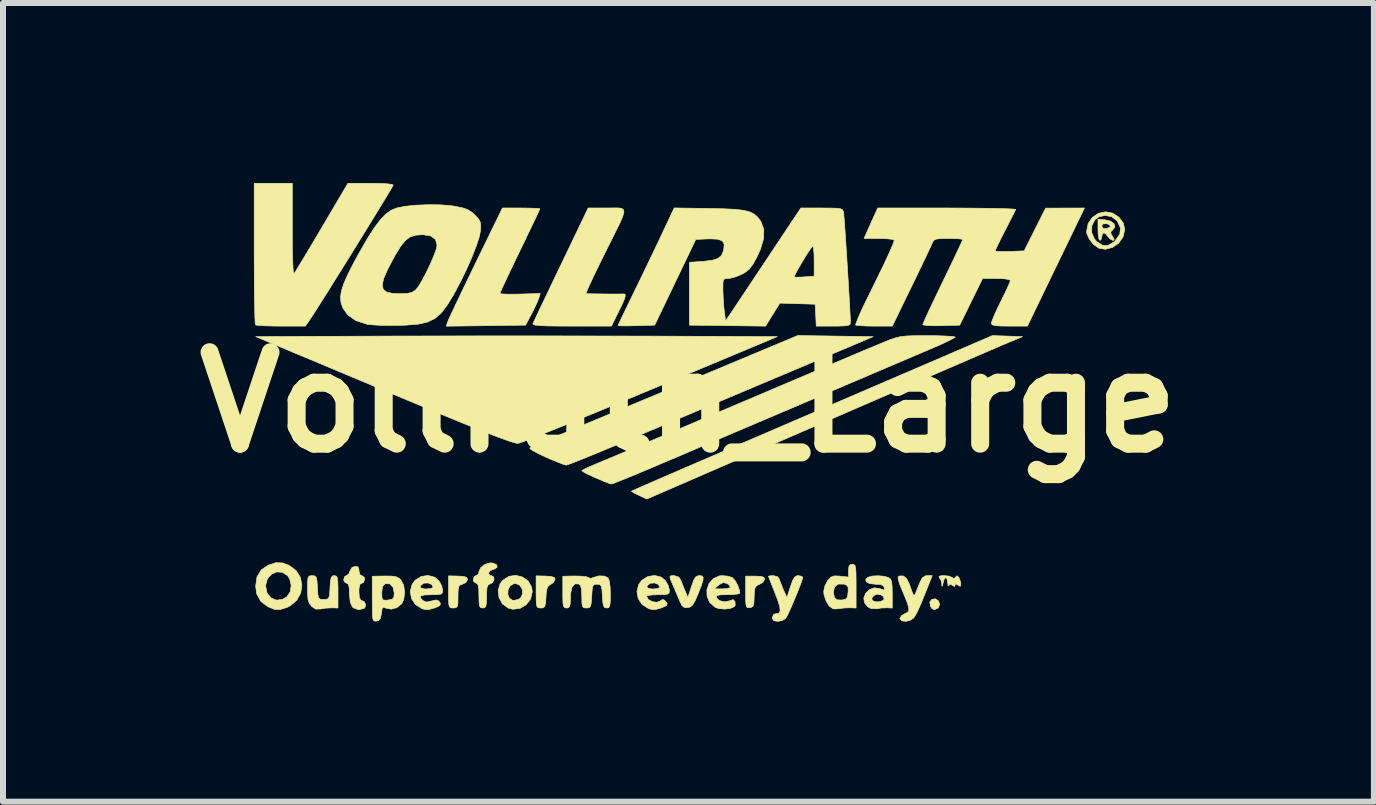
<source format=kicad_pcb>
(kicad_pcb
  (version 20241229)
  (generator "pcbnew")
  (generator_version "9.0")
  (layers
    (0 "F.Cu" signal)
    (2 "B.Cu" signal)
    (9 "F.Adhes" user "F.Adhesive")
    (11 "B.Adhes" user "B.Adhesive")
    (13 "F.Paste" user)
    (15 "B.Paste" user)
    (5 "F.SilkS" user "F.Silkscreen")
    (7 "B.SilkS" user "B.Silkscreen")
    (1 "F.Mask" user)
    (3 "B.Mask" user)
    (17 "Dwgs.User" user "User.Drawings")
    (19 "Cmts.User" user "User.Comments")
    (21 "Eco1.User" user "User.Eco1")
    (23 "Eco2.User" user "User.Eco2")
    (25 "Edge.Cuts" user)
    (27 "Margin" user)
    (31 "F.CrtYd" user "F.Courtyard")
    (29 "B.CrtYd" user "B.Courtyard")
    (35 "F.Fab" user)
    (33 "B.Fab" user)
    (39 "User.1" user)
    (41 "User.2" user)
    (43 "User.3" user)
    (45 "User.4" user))
  (footprint "Vollrath_Large"
    (layer "F.Cu")
    (at 8.426 3.656)
    (property "Reference" "Vollrath_Large" (at 0 0 0) (layer "F.SilkS") (effects (font (size 1.524 1.524) (thickness 0.3))))
    (attr through_hole)
    (fp_poly (pts (xy 4.168 3.31) (xy 4.187 3.369) (xy 4.165 3.424) (xy 4.154 3.433) (xy 4.093 3.458) (xy 4.052 3.431) (xy 4.036 3.403) (xy 4.022 3.332) (xy 4.055 3.284) (xy 4.115 3.275) (xy 4.168 3.31)) (stroke (width 0.01) (type solid)) (fill yes) (layer "F.SilkS"))
    (fp_poly (pts (xy -2.381 2.896) (xy -2.282 2.904) (xy -2.234 2.922) (xy -2.223 2.951) (xy -2.249 3.001) (xy -2.294 3.033) (xy -2.336 3.061) (xy -2.36 3.111) (xy -2.372 3.199) (xy -2.375 3.246) (xy -2.382 3.349) (xy -2.396 3.404) (xy -2.423 3.426) (xy -2.462 3.429) (xy -2.5 3.426) (xy -2.523 3.41) (xy -2.535 3.367) (xy -2.539 3.285) (xy -2.54 3.161) (xy -2.54 2.893) (xy -2.381 2.896)) (stroke (width 0.01) (type solid)) (fill yes) (layer "F.SilkS"))
    (fp_poly (pts (xy 1.208 2.901) (xy 1.257 2.917) (xy 1.27 2.949) (xy 1.27 2.95) (xy 1.243 2.999) (xy 1.184 3.034) (xy 1.134 3.058) (xy 1.108 3.095) (xy 1.098 3.164) (xy 1.095 3.239) (xy 1.091 3.34) (xy 1.078 3.394) (xy 1.048 3.418) (xy 1.023 3.423) (xy 0.989 3.425) (xy 0.968 3.41) (xy 0.957 3.365) (xy 0.953 3.28) (xy 0.953 3.165) (xy 0.953 2.897) (xy 1.111 2.897) (xy 1.208 2.901)) (stroke (width 0.01) (type solid)) (fill yes) (layer "F.SilkS"))
    (fp_poly (pts (xy -3.842 2.896) (xy -3.744 2.903) (xy -3.696 2.92) (xy -3.683 2.954) (xy -3.683 2.955) (xy -3.711 3.005) (xy -3.762 3.029) (xy -3.807 3.046) (xy -3.83 3.077) (xy -3.84 3.141) (xy -3.842 3.239) (xy -3.843 3.344) (xy -3.853 3.401) (xy -3.876 3.424) (xy -3.919 3.429) (xy -3.921 3.429) (xy -3.96 3.426) (xy -3.983 3.411) (xy -3.995 3.369) (xy -4 3.288) (xy -4 3.161) (xy -4 2.893) (xy -3.842 2.896)) (stroke (width 0.01) (type solid)) (fill yes) (layer "F.SilkS"))
    (fp_poly (pts (xy -2.767 2.912) (xy -2.674 2.977) (xy -2.616 3.075) (xy -2.603 3.156) (xy -2.631 3.277) (xy -2.704 3.374) (xy -2.808 3.435) (xy -2.926 3.45) (xy -3.005 3.43) (xy -3.102 3.359) (xy -3.159 3.254) (xy -3.165 3.201) (xy -3.011 3.201) (xy -2.985 3.266) (xy -2.928 3.301) (xy -2.911 3.302) (xy -2.836 3.286) (xy -2.8 3.264) (xy -2.764 3.193) (xy -2.771 3.115) (xy -2.812 3.05) (xy -2.878 3.02) (xy -2.908 3.022) (xy -2.972 3.059) (xy -3.007 3.125) (xy -3.011 3.201) (xy -3.165 3.201) (xy -3.173 3.136) (xy -3.139 3.022) (xy -3.097 2.967) (xy -2.993 2.901) (xy -2.878 2.884) (xy -2.767 2.912)) (stroke (width 0.01) (type solid)) (fill yes) (layer "F.SilkS"))
    (fp_poly (pts (xy -0.237 2.889) (xy -0.161 2.914) (xy -0.13 2.961) (xy -0.099 3.039) (xy -0.06 3.135) (xy -0.056 3.143) (xy -0.01 3.254) (xy 0.049 3.072) (xy 0.086 2.968) (xy 0.119 2.912) (xy 0.158 2.891) (xy 0.18 2.889) (xy 0.224 2.894) (xy 0.245 2.916) (xy 0.242 2.966) (xy 0.215 3.052) (xy 0.163 3.186) (xy 0.161 3.191) (xy 0.111 3.308) (xy 0.07 3.377) (xy 0.031 3.411) (xy -0.013 3.423) (xy -0.071 3.421) (xy -0.111 3.385) (xy -0.146 3.312) (xy -0.192 3.203) (xy -0.244 3.082) (xy -0.257 3.052) (xy -0.297 2.959) (xy -0.311 2.91) (xy -0.298 2.892) (xy -0.256 2.889) (xy -0.237 2.889)) (stroke (width 0.01) (type solid)) (fill yes) (layer "F.SilkS"))
    (fp_poly (pts (xy 6.942 -3.042) (xy 7.037 -3.019) (xy 7.095 -2.975) (xy 7.107 -2.922) (xy 7.074 -2.877) (xy 7.038 -2.841) (xy 7.046 -2.801) (xy 7.067 -2.768) (xy 7.096 -2.717) (xy 7.083 -2.699) (xy 7.074 -2.699) (xy 7.026 -2.723) (xy 6.992 -2.762) (xy 6.949 -2.812) (xy 6.921 -2.826) (xy 6.896 -2.799) (xy 6.89 -2.762) (xy 6.876 -2.711) (xy 6.858 -2.699) (xy 6.841 -2.727) (xy 6.829 -2.802) (xy 6.826 -2.875) (xy 6.826 -2.937) (xy 6.89 -2.937) (xy 6.912 -2.898) (xy 6.961 -2.895) (xy 7.017 -2.915) (xy 7.033 -2.937) (xy 7.006 -2.966) (xy 6.961 -2.979) (xy 6.903 -2.971) (xy 6.89 -2.937) (xy 6.826 -2.937) (xy 6.826 -3.052) (xy 6.942 -3.042)) (stroke (width 0.01) (type solid)) (fill yes) (layer "F.SilkS"))
    (fp_poly (pts (xy -5.511 2.74) (xy -5.493 2.786) (xy -5.493 2.808) (xy -5.477 2.873) (xy -5.445 2.889) (xy -5.406 2.916) (xy -5.397 2.953) (xy -5.417 3.004) (xy -5.445 3.016) (xy -5.477 3.035) (xy -5.491 3.099) (xy -5.493 3.159) (xy -5.486 3.256) (xy -5.462 3.299) (xy -5.449 3.302) (xy -5.401 3.326) (xy -5.38 3.378) (xy -5.396 3.427) (xy -5.404 3.434) (xy -5.496 3.459) (xy -5.585 3.425) (xy -5.602 3.411) (xy -5.638 3.333) (xy -5.651 3.198) (xy -5.652 3.189) (xy -5.656 3.084) (xy -5.671 3.031) (xy -5.699 3.016) (xy -5.738 2.99) (xy -5.747 2.953) (xy -5.728 2.901) (xy -5.701 2.889) (xy -5.662 2.862) (xy -5.646 2.818) (xy -5.61 2.754) (xy -5.564 2.736) (xy -5.511 2.74)) (stroke (width 0.01) (type solid)) (fill yes) (layer "F.SilkS"))
    (fp_poly (pts (xy 4.346 2.898) (xy 4.396 2.92) (xy 4.399 2.924) (xy 4.428 2.939) (xy 4.449 2.916) (xy 4.478 2.891) (xy 4.508 2.921) (xy 4.536 2.994) (xy 4.54 3.028) (xy 4.532 3.068) (xy 4.499 3.053) (xy 4.493 3.048) (xy 4.455 3.024) (xy 4.445 3.048) (xy 4.445 3.048) (xy 4.434 3.071) (xy 4.4 3.051) (xy 4.359 3.03) (xy 4.339 3.055) (xy 4.327 3.058) (xy 4.321 3.01) (xy 4.321 3.008) (xy 4.309 2.945) (xy 4.288 2.921) (xy 4.263 2.948) (xy 4.245 3.008) (xy 4.234 3.06) (xy 4.224 3.064) (xy 4.224 3.064) (xy 4.22 3.008) (xy 4.22 3.005) (xy 4.206 2.96) (xy 4.188 2.934) (xy 4.174 2.904) (xy 4.205 2.891) (xy 4.265 2.889) (xy 4.346 2.898)) (stroke (width 0.01) (type solid)) (fill yes) (layer "F.SilkS"))
    (fp_poly (pts (xy -6.768 2.677) (xy -6.657 2.718) (xy -6.54 2.805) (xy -6.469 2.919) (xy -6.444 3.05) (xy -6.464 3.181) (xy -6.53 3.3) (xy -6.64 3.393) (xy -6.688 3.417) (xy -6.803 3.454) (xy -6.9 3.451) (xy -7.007 3.409) (xy -7.128 3.319) (xy -7.197 3.193) (xy -7.215 3.064) (xy -7.048 3.064) (xy -7.024 3.181) (xy -6.959 3.261) (xy -6.868 3.298) (xy -6.764 3.283) (xy -6.696 3.243) (xy -6.639 3.16) (xy -6.622 3.052) (xy -6.647 2.945) (xy -6.682 2.891) (xy -6.769 2.833) (xy -6.864 2.827) (xy -6.952 2.867) (xy -7.019 2.943) (xy -7.048 3.051) (xy -7.048 3.064) (xy -7.215 3.064) (xy -7.215 3.063) (xy -7.192 2.908) (xy -7.117 2.789) (xy -6.999 2.712) (xy -6.875 2.673) (xy -6.768 2.677)) (stroke (width 0.01) (type solid)) (fill yes) (layer "F.SilkS"))
    (fp_poly (pts (xy 7.072 -3.153) (xy 7.178 -3.082) (xy 7.249 -2.987) (xy 7.271 -2.883) (xy 7.271 -2.876) (xy 7.243 -2.755) (xy 7.171 -2.654) (xy 7.068 -2.582) (xy 6.951 -2.551) (xy 6.839 -2.57) (xy 6.754 -2.629) (xy 6.682 -2.719) (xy 6.64 -2.814) (xy 6.638 -2.829) (xy 6.721 -2.829) (xy 6.767 -2.722) (xy 6.806 -2.679) (xy 6.904 -2.617) (xy 6.994 -2.614) (xy 7.088 -2.671) (xy 7.114 -2.696) (xy 7.189 -2.802) (xy 7.201 -2.908) (xy 7.149 -3.018) (xy 7.141 -3.028) (xy 7.055 -3.093) (xy 6.947 -3.115) (xy 6.841 -3.092) (xy 6.777 -3.046) (xy 6.724 -2.945) (xy 6.721 -2.829) (xy 6.638 -2.829) (xy 6.636 -2.847) (xy 6.662 -2.98) (xy 6.733 -3.083) (xy 6.834 -3.15) (xy 6.951 -3.175) (xy 7.072 -3.153)) (stroke (width 0.01) (type solid)) (fill yes) (layer "F.SilkS"))
    (fp_poly (pts (xy -3.252 2.681) (xy -3.193 2.712) (xy -3.191 2.752) (xy -3.242 2.784) (xy -3.265 2.788) (xy -3.316 2.813) (xy -3.333 2.853) (xy -3.312 2.884) (xy -3.286 2.889) (xy -3.246 2.911) (xy -3.241 2.958) (xy -3.267 3.006) (xy -3.302 3.025) (xy -3.338 3.043) (xy -3.357 3.084) (xy -3.365 3.162) (xy -3.365 3.236) (xy -3.368 3.343) (xy -3.378 3.401) (xy -3.4 3.425) (xy -3.429 3.429) (xy -3.463 3.423) (xy -3.483 3.394) (xy -3.491 3.329) (xy -3.493 3.223) (xy -3.496 3.107) (xy -3.507 3.043) (xy -3.529 3.018) (xy -3.54 3.016) (xy -3.579 2.99) (xy -3.588 2.953) (xy -3.568 2.901) (xy -3.54 2.889) (xy -3.501 2.863) (xy -3.493 2.826) (xy -3.464 2.757) (xy -3.395 2.702) (xy -3.306 2.676) (xy -3.252 2.681)) (stroke (width 0.01) (type solid)) (fill yes) (layer "F.SilkS"))
    (fp_poly (pts (xy -2.789 -3.239) (xy -2.657 -3.237) (xy -2.552 -3.234) (xy -2.489 -3.23) (xy -2.477 -3.226) (xy -2.49 -3.195) (xy -2.527 -3.115) (xy -2.584 -2.994) (xy -2.658 -2.84) (xy -2.744 -2.66) (xy -2.81 -2.525) (xy -2.903 -2.332) (xy -2.986 -2.158) (xy -3.055 -2.011) (xy -3.107 -1.9) (xy -3.137 -1.832) (xy -3.143 -1.815) (xy -3.114 -1.807) (xy -3.034 -1.803) (xy -2.917 -1.802) (xy -2.807 -1.804) (xy -2.471 -1.814) (xy -2.493 -1.74) (xy -2.519 -1.674) (xy -2.565 -1.575) (xy -2.615 -1.476) (xy -2.715 -1.286) (xy -3.376 -1.277) (xy -4.037 -1.269) (xy -4.015 -1.339) (xy -3.996 -1.384) (xy -3.952 -1.479) (xy -3.888 -1.615) (xy -3.806 -1.787) (xy -3.711 -1.985) (xy -3.605 -2.204) (xy -3.547 -2.324) (xy -3.101 -3.239) (xy -2.789 -3.239)) (stroke (width 0.01) (type solid)) (fill yes) (layer "F.SilkS"))
    (fp_poly (pts (xy -5.874 2.895) (xy -5.855 2.919) (xy -5.846 2.975) (xy -5.842 3.074) (xy -5.842 3.159) (xy -5.842 3.429) (xy -5.945 3.426) (xy -6.048 3.431) (xy -6.133 3.445) (xy -6.215 3.447) (xy -6.283 3.4) (xy -6.32 3.352) (xy -6.341 3.287) (xy -6.349 3.188) (xy -6.35 3.111) (xy -6.349 2.995) (xy -6.342 2.929) (xy -6.325 2.898) (xy -6.292 2.89) (xy -6.272 2.889) (xy -6.229 2.894) (xy -6.205 2.917) (xy -6.192 2.974) (xy -6.185 3.078) (xy -6.185 3.088) (xy -6.178 3.196) (xy -6.167 3.255) (xy -6.143 3.28) (xy -6.099 3.286) (xy -6.08 3.286) (xy -6.028 3.283) (xy -5.999 3.266) (xy -5.984 3.218) (xy -5.977 3.127) (xy -5.975 3.088) (xy -5.968 2.978) (xy -5.954 2.918) (xy -5.931 2.893) (xy -5.904 2.889) (xy -5.874 2.895)) (stroke (width 0.01) (type solid)) (fill yes) (layer "F.SilkS"))
    (fp_poly (pts (xy 1.888 2.9) (xy 1.905 2.918) (xy 1.893 2.965) (xy 1.861 3.054) (xy 1.816 3.169) (xy 1.763 3.296) (xy 1.711 3.418) (xy 1.664 3.521) (xy 1.63 3.588) (xy 1.62 3.602) (xy 1.56 3.639) (xy 1.488 3.651) (xy 1.42 3.64) (xy 1.398 3.6) (xy 1.397 3.588) (xy 1.42 3.534) (xy 1.457 3.524) (xy 1.507 3.514) (xy 1.528 3.476) (xy 1.521 3.404) (xy 1.485 3.29) (xy 1.441 3.175) (xy 1.394 3.057) (xy 1.357 2.963) (xy 1.336 2.908) (xy 1.333 2.899) (xy 1.361 2.892) (xy 1.416 2.889) (xy 1.489 2.909) (xy 1.513 2.945) (xy 1.535 3.008) (xy 1.571 3.098) (xy 1.584 3.127) (xy 1.641 3.254) (xy 1.7 3.072) (xy 1.737 2.968) (xy 1.77 2.912) (xy 1.809 2.891) (xy 1.831 2.889) (xy 1.888 2.9)) (stroke (width 0.01) (type solid)) (fill yes) (layer "F.SilkS"))
    (fp_poly (pts (xy 3.997 3.056) (xy 3.918 3.254) (xy 3.857 3.4) (xy 3.809 3.503) (xy 3.772 3.569) (xy 3.752 3.596) (xy 3.694 3.635) (xy 3.622 3.651) (xy 3.558 3.643) (xy 3.525 3.611) (xy 3.524 3.603) (xy 3.551 3.557) (xy 3.604 3.524) (xy 3.648 3.503) (xy 3.672 3.475) (xy 3.672 3.427) (xy 3.65 3.35) (xy 3.603 3.231) (xy 3.572 3.159) (xy 3.521 3.033) (xy 3.496 2.954) (xy 3.493 2.912) (xy 3.511 2.895) (xy 3.512 2.895) (xy 3.58 2.894) (xy 3.633 2.935) (xy 3.68 3.026) (xy 3.701 3.085) (xy 3.734 3.177) (xy 3.756 3.215) (xy 3.774 3.207) (xy 3.782 3.19) (xy 3.81 3.119) (xy 3.848 3.026) (xy 3.855 3.008) (xy 3.896 2.927) (xy 3.946 2.893) (xy 3.983 2.889) (xy 4.063 2.889) (xy 3.997 3.056)) (stroke (width 0.01) (type solid)) (fill yes) (layer "F.SilkS"))
    (fp_poly (pts (xy -2.442 -1.107) (xy -1.898 -1.106) (xy -1.38 -1.105) (xy -0.903 -1.104) (xy -0.688 -1.104) (xy 1.481 -1.095) (xy -0.633 -0.21) (xy -0.982 -0.065) (xy -1.315 0.074) (xy -1.628 0.203) (xy -1.916 0.321) (xy -2.174 0.427) (xy -2.398 0.516) (xy -2.581 0.589) (xy -2.72 0.643) (xy -2.809 0.676) (xy -2.842 0.685) (xy -2.884 0.679) (xy -2.966 0.655) (xy -3.088 0.612) (xy -3.255 0.55) (xy -3.468 0.466) (xy -3.731 0.36) (xy -4.045 0.231) (xy -4.413 0.078) (xy -4.636 -0.015) (xy -4.962 -0.151) (xy -5.283 -0.286) (xy -5.593 -0.415) (xy -5.883 -0.537) (xy -6.148 -0.648) (xy -6.379 -0.745) (xy -6.571 -0.825) (xy -6.714 -0.885) (xy -6.774 -0.91) (xy -7.214 -1.095) (xy -5.036 -1.104) (xy -4.584 -1.105) (xy -4.083 -1.106) (xy -3.549 -1.107) (xy -2.997 -1.107) (xy -2.442 -1.107)) (stroke (width 0.01) (type solid)) (fill yes) (layer "F.SilkS"))
    (fp_poly (pts (xy -4.945 2.897) (xy -4.869 2.909) (xy -4.817 2.938) (xy -4.794 2.96) (xy -4.747 3.05) (xy -4.731 3.167) (xy -4.746 3.285) (xy -4.778 3.355) (xy -4.856 3.421) (xy -4.956 3.448) (xy -5.047 3.43) (xy -5.087 3.415) (xy -5.107 3.439) (xy -5.117 3.513) (xy -5.118 3.516) (xy -5.133 3.599) (xy -5.166 3.637) (xy -5.199 3.646) (xy -5.229 3.648) (xy -5.249 3.637) (xy -5.262 3.603) (xy -5.268 3.536) (xy -5.27 3.426) (xy -5.271 3.277) (xy -5.271 3.176) (xy -5.112 3.176) (xy -5.109 3.258) (xy -5.091 3.294) (xy -5.043 3.299) (xy -5.009 3.296) (xy -4.938 3.283) (xy -4.91 3.247) (xy -4.905 3.178) (xy -4.925 3.082) (xy -4.977 3.027) (xy -5.051 3.023) (xy -5.06 3.026) (xy -5.098 3.067) (xy -5.112 3.158) (xy -5.112 3.176) (xy -5.271 3.176) (xy -5.271 2.899) (xy -5.064 2.895) (xy -4.945 2.897)) (stroke (width 0.01) (type solid)) (fill yes) (layer "F.SilkS"))
    (fp_poly (pts (xy -1.166 -3.24) (xy -1.11 -3.231) (xy -1.08 -3.207) (xy -1.077 -3.16) (xy -1.101 -3.085) (xy -1.15 -2.973) (xy -1.227 -2.819) (xy -1.329 -2.614) (xy -1.352 -2.569) (xy -1.439 -2.393) (xy -1.52 -2.228) (xy -1.588 -2.087) (xy -1.638 -1.98) (xy -1.664 -1.924) (xy -1.711 -1.81) (xy -1.419 -1.806) (xy -1.286 -1.805) (xy -1.175 -1.805) (xy -1.103 -1.806) (xy -1.087 -1.807) (xy -1.059 -1.803) (xy -1.052 -1.775) (xy -1.07 -1.714) (xy -1.115 -1.613) (xy -1.166 -1.509) (xy -1.284 -1.27) (xy -1.947 -1.27) (xy -2.177 -1.271) (xy -2.35 -1.273) (xy -2.472 -1.278) (xy -2.549 -1.286) (xy -2.587 -1.296) (xy -2.594 -1.31) (xy -2.577 -1.347) (xy -2.536 -1.434) (xy -2.474 -1.565) (xy -2.394 -1.732) (xy -2.301 -1.928) (xy -2.197 -2.145) (xy -2.125 -2.294) (xy -1.672 -3.239) (xy -1.358 -3.239) (xy -1.248 -3.24) (xy -1.166 -3.24)) (stroke (width 0.01) (type solid)) (fill yes) (layer "F.SilkS"))
    (fp_poly (pts (xy 2.758 2.703) (xy 2.776 2.721) (xy 2.787 2.766) (xy 2.792 2.847) (xy 2.794 2.975) (xy 2.794 3.064) (xy 2.794 3.429) (xy 2.691 3.425) (xy 2.597 3.428) (xy 2.524 3.438) (xy 2.443 3.445) (xy 2.405 3.439) (xy 2.344 3.395) (xy 2.292 3.309) (xy 2.259 3.205) (xy 2.255 3.163) (xy 2.414 3.163) (xy 2.433 3.253) (xy 2.475 3.292) (xy 2.552 3.296) (xy 2.618 3.282) (xy 2.649 3.246) (xy 2.661 3.168) (xy 2.662 3.088) (xy 2.639 3.049) (xy 2.589 3.03) (xy 2.496 3.03) (xy 2.435 3.078) (xy 2.414 3.163) (xy 2.255 3.163) (xy 2.254 3.149) (xy 2.274 3.059) (xy 2.322 2.971) (xy 2.323 2.969) (xy 2.375 2.914) (xy 2.432 2.893) (xy 2.52 2.897) (xy 2.529 2.898) (xy 2.667 2.913) (xy 2.667 2.806) (xy 2.675 2.731) (xy 2.704 2.702) (xy 2.731 2.699) (xy 2.758 2.703)) (stroke (width 0.01) (type solid)) (fill yes) (layer "F.SilkS"))
    (fp_poly (pts (xy 3.269 2.901) (xy 3.336 2.922) (xy 3.368 2.948) (xy 3.387 2.994) (xy 3.395 3.075) (xy 3.397 3.192) (xy 3.397 3.43) (xy 3.31 3.425) (xy 3.211 3.429) (xy 3.143 3.442) (xy 3.042 3.438) (xy 2.991 3.411) (xy 2.932 3.34) (xy 2.923 3.261) (xy 3.057 3.261) (xy 3.062 3.299) (xy 3.109 3.324) (xy 3.179 3.325) (xy 3.241 3.304) (xy 3.262 3.28) (xy 3.248 3.238) (xy 3.213 3.21) (xy 3.15 3.199) (xy 3.091 3.22) (xy 3.057 3.261) (xy 2.923 3.261) (xy 2.923 3.259) (xy 2.954 3.182) (xy 3.016 3.121) (xy 3.098 3.092) (xy 3.193 3.107) (xy 3.197 3.108) (xy 3.252 3.129) (xy 3.267 3.113) (xy 3.264 3.088) (xy 3.241 3.051) (xy 3.181 3.035) (xy 3.113 3.032) (xy 3.017 3.021) (xy 2.961 2.991) (xy 2.955 2.951) (xy 2.989 2.918) (xy 3.061 2.896) (xy 3.164 2.891) (xy 3.269 2.901)) (stroke (width 0.01) (type solid)) (fill yes) (layer "F.SilkS"))
    (fp_poly (pts (xy -4.23 2.915) (xy -4.162 2.973) (xy -4.115 3.054) (xy -4.096 3.132) (xy -4.1 3.173) (xy -4.124 3.196) (xy -4.182 3.205) (xy -4.286 3.207) (xy -4.405 3.212) (xy -4.464 3.229) (xy -4.468 3.26) (xy -4.427 3.304) (xy -4.369 3.329) (xy -4.291 3.314) (xy -4.286 3.312) (xy -4.206 3.294) (xy -4.162 3.312) (xy -4.131 3.357) (xy -4.151 3.392) (xy -4.227 3.426) (xy -4.227 3.426) (xy -4.322 3.453) (xy -4.391 3.454) (xy -4.445 3.438) (xy -4.552 3.37) (xy -4.617 3.27) (xy -4.637 3.153) (xy -4.615 3.063) (xy -4.472 3.063) (xy -4.462 3.094) (xy -4.395 3.111) (xy -4.366 3.111) (xy -4.292 3.104) (xy -4.255 3.085) (xy -4.255 3.081) (xy -4.281 3.036) (xy -4.342 3.011) (xy -4.409 3.015) (xy -4.422 3.021) (xy -4.472 3.063) (xy -4.615 3.063) (xy -4.608 3.038) (xy -4.558 2.967) (xy -4.456 2.903) (xy -4.34 2.886) (xy -4.23 2.915)) (stroke (width 0.01) (type solid)) (fill yes) (layer "F.SilkS"))
    (fp_poly (pts (xy -0.452 2.915) (xy -0.383 2.973) (xy -0.337 3.054) (xy -0.318 3.132) (xy -0.322 3.173) (xy -0.346 3.196) (xy -0.404 3.205) (xy -0.508 3.207) (xy -0.608 3.211) (xy -0.678 3.221) (xy -0.699 3.232) (xy -0.671 3.285) (xy -0.607 3.321) (xy -0.532 3.333) (xy -0.471 3.314) (xy -0.459 3.3) (xy -0.424 3.286) (xy -0.394 3.304) (xy -0.354 3.351) (xy -0.369 3.389) (xy -0.444 3.424) (xy -0.449 3.426) (xy -0.543 3.453) (xy -0.612 3.454) (xy -0.667 3.438) (xy -0.773 3.37) (xy -0.839 3.27) (xy -0.859 3.153) (xy -0.836 3.063) (xy -0.693 3.063) (xy -0.683 3.094) (xy -0.617 3.111) (xy -0.587 3.111) (xy -0.514 3.104) (xy -0.477 3.085) (xy -0.476 3.081) (xy -0.503 3.036) (xy -0.564 3.011) (xy -0.631 3.015) (xy -0.644 3.021) (xy -0.693 3.063) (xy -0.836 3.063) (xy -0.83 3.038) (xy -0.779 2.967) (xy -0.677 2.903) (xy -0.561 2.886) (xy -0.452 2.915)) (stroke (width 0.01) (type solid)) (fill yes) (layer "F.SilkS"))
    (fp_poly (pts (xy 0.656 2.898) (xy 0.729 2.92) (xy 0.729 2.92) (xy 0.776 2.97) (xy 0.822 3.053) (xy 0.852 3.141) (xy 0.857 3.18) (xy 0.828 3.194) (xy 0.753 3.203) (xy 0.652 3.207) (xy 0.54 3.209) (xy 0.481 3.218) (xy 0.462 3.237) (xy 0.465 3.255) (xy 0.513 3.304) (xy 0.594 3.325) (xy 0.679 3.312) (xy 0.692 3.305) (xy 0.746 3.289) (xy 0.774 3.32) (xy 0.776 3.324) (xy 0.779 3.383) (xy 0.768 3.404) (xy 0.701 3.435) (xy 0.603 3.447) (xy 0.501 3.437) (xy 0.443 3.416) (xy 0.353 3.336) (xy 0.309 3.233) (xy 0.307 3.122) (xy 0.312 3.109) (xy 0.429 3.109) (xy 0.564 3.11) (xy 0.646 3.105) (xy 0.694 3.089) (xy 0.699 3.081) (xy 0.674 3.043) (xy 0.638 3.018) (xy 0.578 3.005) (xy 0.514 3.039) (xy 0.503 3.047) (xy 0.429 3.109) (xy 0.312 3.109) (xy 0.343 3.019) (xy 0.414 2.938) (xy 0.516 2.893) (xy 0.563 2.889) (xy 0.656 2.898)) (stroke (width 0.01) (type solid)) (fill yes) (layer "F.SilkS"))
    (fp_poly (pts (xy 2.45 -1.104) (xy 3.079 -1.095) (xy 2.691 -0.93) (xy 2.579 -0.883) (xy 2.417 -0.815) (xy 2.213 -0.729) (xy 1.975 -0.628) (xy 1.711 -0.517) (xy 1.429 -0.398) (xy 1.137 -0.275) (xy 0.937 -0.19) (xy 0.623 -0.058) (xy 0.296 0.079) (xy -0.032 0.218) (xy -0.35 0.352) (xy -0.648 0.477) (xy -0.913 0.589) (xy -1.136 0.684) (xy -1.213 0.716) (xy -1.423 0.804) (xy -1.615 0.883) (xy -1.78 0.95) (xy -1.911 1.002) (xy -2 1.036) (xy -2.039 1.047) (xy -2.084 1.035) (xy -2.172 1.001) (xy -2.289 0.953) (xy -2.375 0.916) (xy -2.495 0.859) (xy -2.587 0.81) (xy -2.639 0.775) (xy -2.645 0.761) (xy -2.611 0.744) (xy -2.525 0.705) (xy -2.393 0.648) (xy -2.222 0.575) (xy -2.019 0.489) (xy -1.79 0.393) (xy -1.542 0.29) (xy -1.508 0.276) (xy -1.191 0.144) (xy -0.835 -0.004) (xy -0.457 -0.162) (xy -0.076 -0.32) (xy 0.289 -0.472) (xy 0.619 -0.61) (xy 0.712 -0.649) (xy 1.82 -1.113) (xy 2.45 -1.104)) (stroke (width 0.01) (type solid)) (fill yes) (layer "F.SilkS"))
    (fp_poly (pts (xy 5.316 -1.104) (xy 5.569 -1.095) (xy 5.364 -1.01) (xy 5.288 -0.978) (xy 5.162 -0.924) (xy 4.994 -0.852) (xy 4.791 -0.764) (xy 4.562 -0.665) (xy 4.314 -0.558) (xy 4.056 -0.446) (xy 4.048 -0.443) (xy 3.745 -0.312) (xy 3.414 -0.168) (xy 3.069 -0.019) (xy 2.728 0.129) (xy 2.406 0.269) (xy 2.119 0.393) (xy 2 0.444) (xy 1.713 0.568) (xy 1.393 0.707) (xy 1.057 0.853) (xy 0.726 0.996) (xy 0.418 1.13) (xy 0.185 1.231) (xy -0.693 1.612) (xy -0.827 1.551) (xy -0.904 1.514) (xy -0.946 1.487) (xy -0.949 1.48) (xy -0.919 1.466) (xy -0.835 1.429) (xy -0.702 1.371) (xy -0.526 1.294) (xy -0.31 1.201) (xy -0.061 1.093) (xy 0.217 0.973) (xy 0.52 0.843) (xy 0.842 0.705) (xy 0.968 0.65) (xy 1.337 0.492) (xy 1.72 0.327) (xy 2.108 0.16) (xy 2.491 -0.005) (xy 2.861 -0.164) (xy 3.207 -0.313) (xy 3.522 -0.448) (xy 3.794 -0.565) (xy 3.969 -0.64) (xy 5.064 -1.112) (xy 5.316 -1.104)) (stroke (width 0.01) (type solid)) (fill yes) (layer "F.SilkS"))
    (fp_poly (pts (xy -5.153 -3.649) (xy -5.033 -3.643) (xy -4.951 -3.634) (xy -4.921 -3.622) (xy -4.921 -3.622) (xy -4.937 -3.591) (xy -4.983 -3.513) (xy -5.054 -3.395) (xy -5.146 -3.244) (xy -5.255 -3.066) (xy -5.376 -2.869) (xy -5.505 -2.66) (xy -5.638 -2.445) (xy -5.771 -2.231) (xy -5.9 -2.025) (xy -6.019 -1.834) (xy -6.126 -1.665) (xy -6.215 -1.525) (xy -6.283 -1.42) (xy -6.325 -1.357) (xy -6.386 -1.27) (xy -6.791 -1.27) (xy -6.946 -1.272) (xy -7.077 -1.276) (xy -7.171 -1.282) (xy -7.216 -1.29) (xy -7.218 -1.291) (xy -7.223 -1.327) (xy -7.227 -1.419) (xy -7.231 -1.56) (xy -7.234 -1.742) (xy -7.237 -1.96) (xy -7.238 -2.206) (xy -7.239 -2.472) (xy -7.239 -3.651) (xy -6.604 -3.651) (xy -6.604 -2.883) (xy -6.603 -2.65) (xy -6.6 -2.454) (xy -6.595 -2.301) (xy -6.588 -2.197) (xy -6.58 -2.147) (xy -6.575 -2.145) (xy -6.552 -2.179) (xy -6.502 -2.261) (xy -6.428 -2.383) (xy -6.335 -2.537) (xy -6.229 -2.716) (xy -6.113 -2.912) (xy -6.112 -2.913) (xy -5.677 -3.651) (xy -5.299 -3.651) (xy -5.153 -3.649)) (stroke (width 0.01) (type solid)) (fill yes) (layer "F.SilkS"))
    (fp_poly (pts (xy -1.398 2.897) (xy -1.34 2.927) (xy -1.319 2.98) (xy -1.306 3.082) (xy -1.302 3.197) (xy -1.303 3.317) (xy -1.311 3.387) (xy -1.327 3.42) (xy -1.356 3.429) (xy -1.364 3.429) (xy -1.398 3.421) (xy -1.419 3.388) (xy -1.43 3.315) (xy -1.435 3.231) (xy -1.442 3.122) (xy -1.454 3.063) (xy -1.477 3.038) (xy -1.519 3.032) (xy -1.524 3.032) (xy -1.568 3.036) (xy -1.592 3.059) (xy -1.605 3.115) (xy -1.612 3.218) (xy -1.613 3.231) (xy -1.62 3.339) (xy -1.632 3.398) (xy -1.655 3.424) (xy -1.696 3.429) (xy -1.7 3.429) (xy -1.743 3.425) (xy -1.767 3.402) (xy -1.776 3.347) (xy -1.778 3.243) (xy -1.778 3.238) (xy -1.783 3.12) (xy -1.8 3.053) (xy -1.826 3.028) (xy -1.895 3.027) (xy -1.942 3.084) (xy -1.966 3.194) (xy -1.968 3.258) (xy -1.971 3.358) (xy -1.984 3.409) (xy -2.011 3.427) (xy -2.032 3.429) (xy -2.063 3.424) (xy -2.082 3.4) (xy -2.092 3.346) (xy -2.095 3.247) (xy -2.095 3.164) (xy -2.095 2.899) (xy -1.89 2.895) (xy -1.782 2.898) (xy -1.701 2.908) (xy -1.666 2.922) (xy -1.625 2.935) (xy -1.588 2.921) (xy -1.493 2.893) (xy -1.398 2.897)) (stroke (width 0.01) (type solid)) (fill yes) (layer "F.SilkS"))
    (fp_poly (pts (xy 4.147 -1.11) (xy 4.285 -1.105) (xy 4.386 -1.099) (xy 4.439 -1.091) (xy 4.445 -1.087) (xy 4.417 -1.067) (xy 4.342 -1.028) (xy 4.229 -0.974) (xy 4.09 -0.913) (xy 4.056 -0.898) (xy 3.848 -0.81) (xy 3.593 -0.701) (xy 3.298 -0.576) (xy 2.973 -0.437) (xy 2.623 -0.288) (xy 2.258 -0.133) (xy 1.884 0.027) (xy 1.509 0.186) (xy 1.141 0.343) (xy 0.788 0.493) (xy 0.458 0.634) (xy 0.157 0.762) (xy -0.106 0.875) (xy -0.324 0.967) (xy -0.446 1.019) (xy -0.658 1.109) (xy -0.852 1.191) (xy -1.02 1.26) (xy -1.153 1.313) (xy -1.244 1.349) (xy -1.286 1.362) (xy -1.287 1.362) (xy -1.329 1.349) (xy -1.413 1.316) (xy -1.521 1.27) (xy -1.547 1.259) (xy -1.655 1.21) (xy -1.736 1.169) (xy -1.776 1.144) (xy -1.778 1.141) (xy -1.75 1.122) (xy -1.677 1.086) (xy -1.57 1.039) (xy -1.5 1.01) (xy -1.419 0.976) (xy -1.286 0.921) (xy -1.108 0.846) (xy -0.889 0.754) (xy -0.638 0.647) (xy -0.359 0.53) (xy -0.06 0.403) (xy 0.253 0.27) (xy 0.476 0.175) (xy 0.917 -0.012) (xy 1.303 -0.176) (xy 1.639 -0.319) (xy 1.93 -0.442) (xy 2.179 -0.548) (xy 2.39 -0.638) (xy 2.569 -0.713) (xy 2.719 -0.777) (xy 2.844 -0.83) (xy 2.949 -0.874) (xy 3.038 -0.911) (xy 3.115 -0.943) (xy 3.185 -0.972) (xy 3.251 -0.999) (xy 3.262 -1.004) (xy 3.367 -1.046) (xy 3.452 -1.075) (xy 3.532 -1.094) (xy 3.624 -1.105) (xy 3.742 -1.11) (xy 3.902 -1.111) (xy 3.984 -1.111) (xy 4.147 -1.11)) (stroke (width 0.01) (type solid)) (fill yes) (layer "F.SilkS"))
    (fp_poly (pts (xy -4.137 -3.292) (xy -3.957 -3.278) (xy -3.906 -3.27) (xy -3.773 -3.244) (xy -3.681 -3.213) (xy -3.611 -3.168) (xy -3.56 -3.122) (xy -3.497 -3.054) (xy -3.468 -2.997) (xy -3.463 -2.923) (xy -3.469 -2.846) (xy -3.492 -2.741) (xy -3.541 -2.595) (xy -3.61 -2.419) (xy -3.694 -2.228) (xy -3.788 -2.033) (xy -3.885 -1.849) (xy -3.915 -1.794) (xy -4.023 -1.617) (xy -4.123 -1.487) (xy -4.227 -1.397) (xy -4.349 -1.338) (xy -4.501 -1.303) (xy -4.696 -1.287) (xy -4.826 -1.282) (xy -4.993 -1.281) (xy -5.151 -1.284) (xy -5.28 -1.292) (xy -5.361 -1.302) (xy -5.547 -1.363) (xy -5.681 -1.458) (xy -5.76 -1.57) (xy -5.791 -1.655) (xy -5.801 -1.746) (xy -5.786 -1.852) (xy -5.753 -1.957) (xy -5.104 -1.957) (xy -5.088 -1.883) (xy -5.031 -1.837) (xy -4.931 -1.815) (xy -4.81 -1.81) (xy -4.688 -1.815) (xy -4.608 -1.834) (xy -4.548 -1.873) (xy -4.542 -1.878) (xy -4.495 -1.94) (xy -4.433 -2.043) (xy -4.367 -2.172) (xy -4.301 -2.31) (xy -4.245 -2.441) (xy -4.206 -2.549) (xy -4.191 -2.619) (xy -4.191 -2.619) (xy -4.217 -2.714) (xy -4.295 -2.773) (xy -4.423 -2.794) (xy -4.433 -2.794) (xy -4.547 -2.786) (xy -4.639 -2.757) (xy -4.72 -2.697) (xy -4.799 -2.599) (xy -4.889 -2.452) (xy -4.914 -2.407) (xy -5.016 -2.213) (xy -5.08 -2.065) (xy -5.104 -1.957) (xy -5.753 -1.957) (xy -5.745 -1.981) (xy -5.674 -2.14) (xy -5.573 -2.339) (xy -5.489 -2.491) (xy -5.354 -2.726) (xy -5.238 -2.908) (xy -5.136 -3.044) (xy -5.042 -3.141) (xy -4.95 -3.204) (xy -4.868 -3.238) (xy -4.726 -3.267) (xy -4.543 -3.286) (xy -4.339 -3.294) (xy -4.137 -3.292)) (stroke (width 0.01) (type solid)) (fill yes) (layer "F.SilkS"))
    (fp_poly (pts (xy 4.573 -3.238) (xy 4.815 -3.236) (xy 5.028 -3.233) (xy 5.206 -3.23) (xy 5.341 -3.225) (xy 5.426 -3.22) (xy 5.455 -3.215) (xy 5.455 -3.215) (xy 5.437 -3.178) (xy 5.397 -3.098) (xy 5.339 -2.985) (xy 5.278 -2.866) (xy 5.212 -2.736) (xy 5.159 -2.628) (xy 5.123 -2.553) (xy 5.112 -2.523) (xy 5.141 -2.516) (xy 5.218 -2.513) (xy 5.328 -2.514) (xy 5.353 -2.515) (xy 5.595 -2.524) (xy 5.953 -3.237) (xy 6.277 -3.238) (xy 6.601 -3.239) (xy 6.329 -2.675) (xy 6.226 -2.463) (xy 6.116 -2.235) (xy 6.007 -2.01) (xy 5.91 -1.809) (xy 5.853 -1.691) (xy 5.65 -1.27) (xy 5.349 -1.27) (xy 5.206 -1.272) (xy 5.115 -1.278) (xy 5.067 -1.29) (xy 5.049 -1.31) (xy 5.048 -1.318) (xy 5.062 -1.365) (xy 5.099 -1.454) (xy 5.153 -1.573) (xy 5.207 -1.683) (xy 5.271 -1.813) (xy 5.323 -1.923) (xy 5.356 -2.001) (xy 5.366 -2.031) (xy 5.336 -2.048) (xy 5.255 -2.06) (xy 5.135 -2.064) (xy 4.903 -2.064) (xy 4.712 -1.675) (xy 4.521 -1.286) (xy 4.213 -1.277) (xy 4.082 -1.276) (xy 3.979 -1.28) (xy 3.917 -1.288) (xy 3.905 -1.296) (xy 3.919 -1.331) (xy 3.956 -1.415) (xy 4.014 -1.54) (xy 4.088 -1.697) (xy 4.175 -1.878) (xy 4.239 -2.011) (xy 4.332 -2.203) (xy 4.415 -2.376) (xy 4.484 -2.522) (xy 4.535 -2.632) (xy 4.566 -2.698) (xy 4.572 -2.714) (xy 4.543 -2.722) (xy 4.466 -2.728) (xy 4.356 -2.73) (xy 4.333 -2.731) (xy 4.21 -2.729) (xy 4.135 -2.721) (xy 4.094 -2.703) (xy 4.071 -2.672) (xy 4.066 -2.659) (xy 4.044 -2.611) (xy 3.999 -2.514) (xy 3.935 -2.379) (xy 3.856 -2.214) (xy 3.767 -2.029) (xy 3.718 -1.929) (xy 3.398 -1.27) (xy 3.101 -1.27) (xy 2.97 -1.272) (xy 2.864 -1.277) (xy 2.799 -1.284) (xy 2.786 -1.289) (xy 2.794 -1.321) (xy 2.826 -1.402) (xy 2.878 -1.52) (xy 2.947 -1.667) (xy 3.023 -1.82) (xy 3.161 -2.102) (xy 3.271 -2.328) (xy 3.351 -2.501) (xy 3.403 -2.621) (xy 3.427 -2.69) (xy 3.429 -2.703) (xy 3.4 -2.716) (xy 3.322 -2.725) (xy 3.211 -2.73) (xy 3.177 -2.731) (xy 2.926 -2.731) (xy 3.154 -3.239) (xy 4.31 -3.239) (xy 4.573 -3.238)) (stroke (width 0.01) (type solid)) (fill yes) (layer "F.SilkS"))
    (fp_poly (pts (xy 0.349 -3.231) (xy 0.587 -3.226) (xy 0.77 -3.217) (xy 0.908 -3.202) (xy 1.01 -3.178) (xy 1.086 -3.144) (xy 1.144 -3.096) (xy 1.194 -3.032) (xy 1.21 -3.007) (xy 1.256 -2.882) (xy 1.253 -2.731) (xy 1.2 -2.551) (xy 1.139 -2.417) (xy 1.072 -2.297) (xy 1.011 -2.218) (xy 0.94 -2.162) (xy 0.89 -2.135) (xy 0.788 -2.092) (xy 0.692 -2.067) (xy 0.66 -2.064) (xy 0.612 -2.061) (xy 0.586 -2.043) (xy 0.575 -1.995) (xy 0.574 -1.903) (xy 0.574 -1.865) (xy 0.58 -1.726) (xy 0.59 -1.585) (xy 0.598 -1.512) (xy 0.619 -1.356) (xy 1.111 -2.094) (xy 1.763 -2.094) (xy 1.763 -2.089) (xy 1.798 -2.086) (xy 1.875 -2.087) (xy 1.934 -2.091) (xy 2.095 -2.102) (xy 2.095 -2.353) (xy 2.093 -2.469) (xy 2.085 -2.557) (xy 2.075 -2.6) (xy 2.072 -2.602) (xy 2.048 -2.576) (xy 2.002 -2.511) (xy 1.944 -2.42) (xy 1.883 -2.318) (xy 1.826 -2.22) (xy 1.783 -2.141) (xy 1.763 -2.094) (xy 1.111 -2.094) (xy 1.246 -2.297) (xy 1.873 -3.239) (xy 2.222 -3.239) (xy 2.375 -3.238) (xy 2.475 -3.234) (xy 2.536 -3.226) (xy 2.567 -3.21) (xy 2.581 -3.185) (xy 2.585 -3.167) (xy 2.59 -3.121) (xy 2.598 -3.022) (xy 2.608 -2.88) (xy 2.62 -2.705) (xy 2.633 -2.507) (xy 2.646 -2.297) (xy 2.659 -2.083) (xy 2.671 -1.878) (xy 2.682 -1.69) (xy 2.691 -1.53) (xy 2.697 -1.408) (xy 2.699 -1.334) (xy 2.699 -1.326) (xy 2.692 -1.299) (xy 2.662 -1.282) (xy 2.599 -1.274) (xy 2.49 -1.27) (xy 2.415 -1.27) (xy 2.13 -1.27) (xy 2.121 -1.453) (xy 2.111 -1.635) (xy 1.817 -1.644) (xy 1.523 -1.653) (xy 1.404 -1.462) (xy 1.286 -1.27) (xy 0.651 -1.278) (xy 0.016 -1.286) (xy 0.016 -2.334) (xy 0.241 -2.349) (xy 0.391 -2.367) (xy 0.49 -2.397) (xy 0.55 -2.448) (xy 0.584 -2.526) (xy 0.588 -2.543) (xy 0.595 -2.634) (xy 0.564 -2.691) (xy 0.487 -2.719) (xy 0.357 -2.725) (xy 0.326 -2.724) (xy 0.122 -2.715) (xy -0.563 -1.286) (xy -0.869 -1.277) (xy -0.999 -1.274) (xy -1.102 -1.274) (xy -1.164 -1.276) (xy -1.175 -1.279) (xy -1.161 -1.31) (xy -1.125 -1.388) (xy -1.068 -1.506) (xy -0.997 -1.653) (xy -0.915 -1.822) (xy -0.912 -1.828) (xy -0.809 -2.039) (xy -0.698 -2.27) (xy -0.588 -2.499) (xy -0.49 -2.704) (xy -0.444 -2.803) (xy -0.238 -3.24) (xy 0.349 -3.231)) (stroke (width 0.01) (type solid)) (fill yes) (layer "F.SilkS")))
  (gr_rect
    (start -3 -3)
    (end 19.851 10.313)
    (stroke (width 0.1) (type default))
    (fill no)
    (layer "Edge.Cuts")))
</source>
